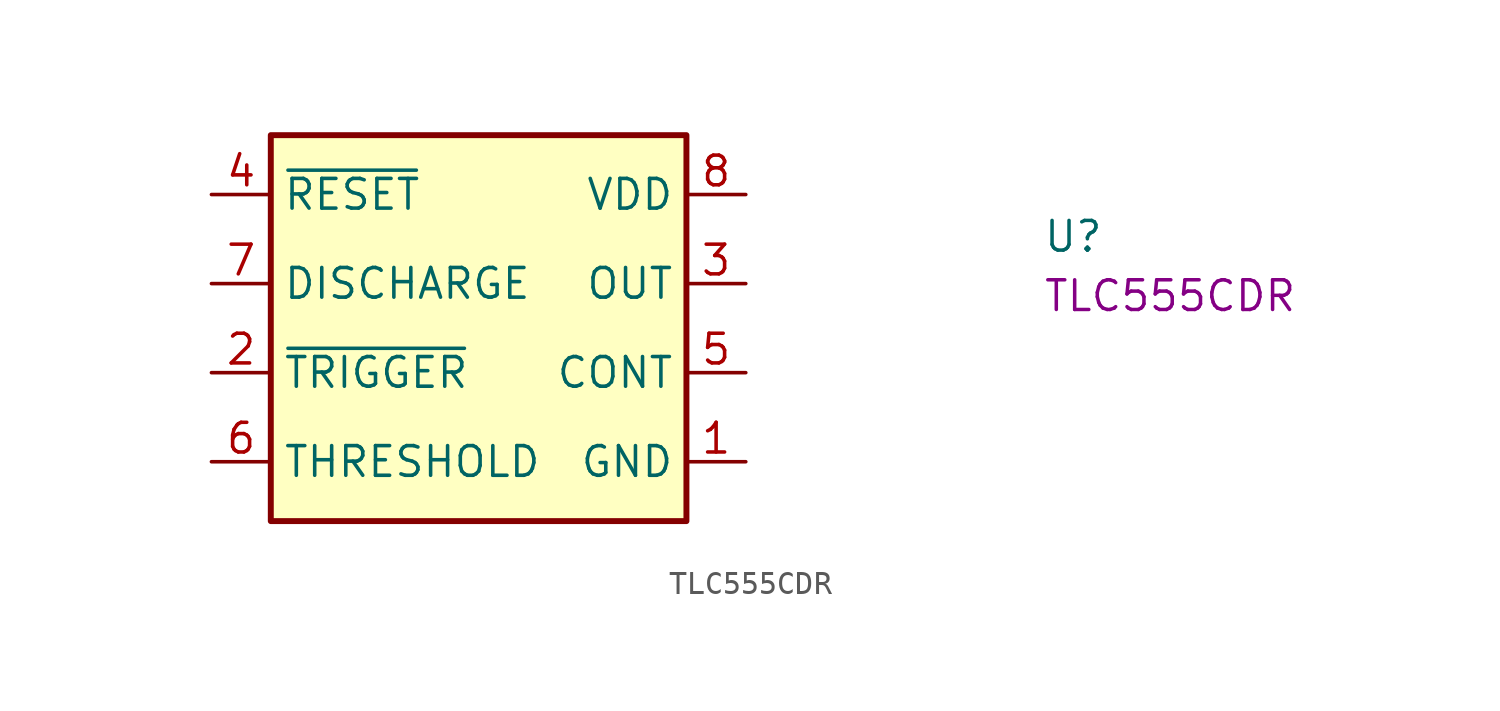
<source format=kicad_sym>
(kicad_symbol_lib
  (version 20220914)
  (generator kicad_symbol_editor)
  (symbol "TLC555CDR"
    (property "Reference" "U"
      (at 35.56 -2.54 0)
      (effects (font (size 1.27 1.27) (thickness 0.15)) (justify left bottom)))
    (property "MPN" "TLC555CDR"
      (at 35.56 -5.08 0)
      (effects (font (size 1.27 1.27) (thickness 0.15)) (justify left bottom)))
    (symbol "TLC555CDR_1_1"
      (rectangle (start 2.54 2.54) (end 20.32 -13.97) (stroke (width 0.254) (type default)) (fill (type background)))
      (pin power_in line (at 22.86 -11.43 180) (length 2.54) (name "GND" (effects (font (size 1.27 1.27)))) (number "1" (effects (font (size 1.27 1.27)))))
      (pin input line (at 0 -7.62 0) (length 2.54) (name "~{TRIGGER}" (effects (font (size 1.27 1.27)))) (number "2" (effects (font (size 1.27 1.27)))))
      (pin output line (at 22.86 -3.81 180) (length 2.54) (name "OUT" (effects (font (size 1.27 1.27)))) (number "3" (effects (font (size 1.27 1.27)))))
      (pin input line (at 0 0 0) (length 2.54) (name "~{RESET}" (effects (font (size 1.27 1.27)))) (number "4" (effects (font (size 1.27 1.27)))))
      (pin input line (at 22.86 -7.62 180) (length 2.54) (name "CONT" (effects (font (size 1.27 1.27)))) (number "5" (effects (font (size 1.27 1.27)))))
      (pin input line (at 0 -11.43 0) (length 2.54) (name "THRESHOLD" (effects (font (size 1.27 1.27)))) (number "6" (effects (font (size 1.27 1.27)))))
      (pin output line (at 0 -3.81 0) (length 2.54) (name "DISCHARGE" (effects (font (size 1.27 1.27)))) (number "7" (effects (font (size 1.27 1.27)))))
      (pin power_in line (at 22.86 0 180) (length 2.54) (name "VDD" (effects (font (size 1.27 1.27)))) (number "8" (effects (font (size 1.27 1.27))))))))
</source>
